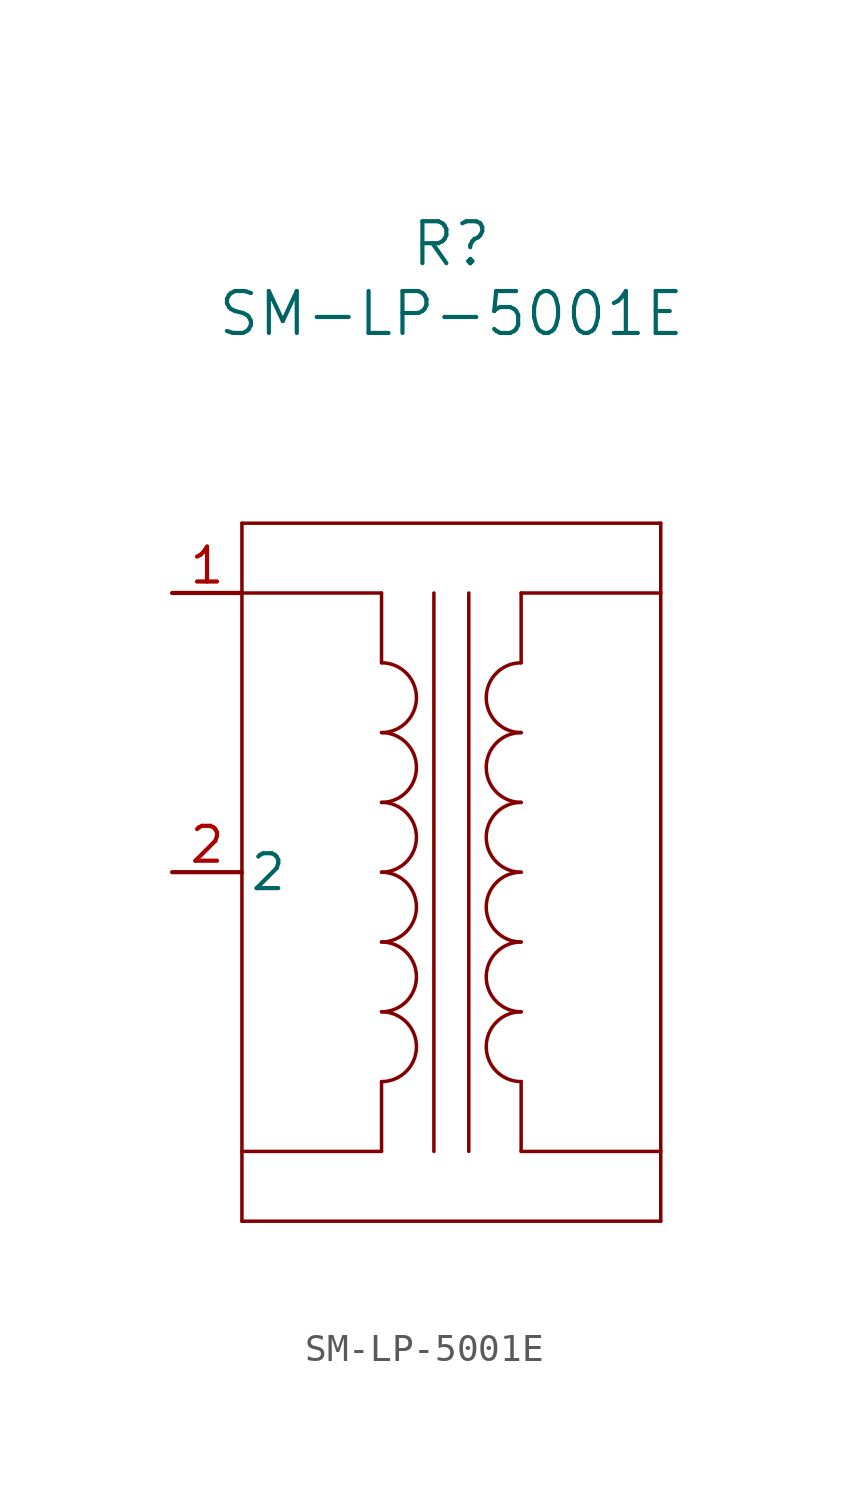
<source format=kicad_sym>
(kicad_symbol_lib
  (version 20211014)
  (generator kicad_symbol_editor)
  (symbol "SM-LP-5001E"
    (pin_names
      (offset 0.254))
    (property "Reference" "R"
      (at 10.16 12.7 0)
      (effects (font (size 1.524 1.524))))
    (property "Value" "SM-LP-5001E"
      (at 10.16 10.16 0)
      (effects (font (size 1.524 1.524))))
    (symbol "SM-LP-5001E_0_1"
      (polyline (pts (xy 2.54 2.54) (xy 2.54 -22.86)) (stroke (width 0.127) (type default) (color 0 0 0 0)) (fill (type none)))
      (polyline (pts (xy 2.54 -22.86) (xy 17.78 -22.86)) (stroke (width 0.127) (type default) (color 0 0 0 0)) (fill (type none)))
      (polyline (pts (xy 17.78 -22.86) (xy 17.78 2.54)) (stroke (width 0.127) (type default) (color 0 0 0 0)) (fill (type none)))
      (polyline (pts (xy 17.78 2.54) (xy 2.54 2.54)) (stroke (width 0.127) (type default) (color 0 0 0 0)) (fill (type none)))
      (polyline (pts (xy 2.54 0) (xy 7.62 0)) (stroke (width 0.127) (type default) (color 0 0 0 0)) (fill (type none)))
      (polyline (pts (xy 2.54 -20.32) (xy 7.62 -20.32)) (stroke (width 0.127) (type default) (color 0 0 0 0)) (fill (type none)))
      (polyline (pts (xy 7.62 -17.78) (xy 7.62 -20.32)) (stroke (width 0.127) (type default) (color 0 0 0 0)) (fill (type none)))
      (polyline (pts (xy 7.62 -2.54) (xy 7.62 0)) (stroke (width 0.127) (type default) (color 0 0 0 0)) (fill (type none)))
      (polyline (pts (xy 12.7 0) (xy 12.7 -2.54)) (stroke (width 0.127) (type default) (color 0 0 0 0)) (fill (type none)))
      (polyline (pts (xy 12.7 0) (xy 17.78 0)) (stroke (width 0.127) (type default) (color 0 0 0 0)) (fill (type none)))
      (polyline (pts (xy 12.7 -17.78) (xy 12.7 -20.32)) (stroke (width 0.127) (type default) (color 0 0 0 0)) (fill (type none)))
      (polyline (pts (xy 12.7 -20.32) (xy 17.78 -20.32)) (stroke (width 0.127) (type default) (color 0 0 0 0)) (fill (type none)))
      (polyline (pts (xy 9.525 0) (xy 9.525 -20.32)) (stroke (width 0.127) (type default) (color 0 0 0 0)) (fill (type none)))
      (polyline (pts (xy 10.795 -20.32) (xy 10.795 0)) (stroke (width 0.127) (type default) (color 0 0 0 0)) (fill (type none)))
      (arc (start 7.62 -5.08) (mid 8.89 -3.81) (end 7.62 -2.54) (stroke (width 0.127) (type default) (color 0 0 0 0)) (fill (type none)))
      (arc (start 7.62 -7.62) (mid 8.89 -6.35) (end 7.62 -5.08) (stroke (width 0.127) (type default) (color 0 0 0 0)) (fill (type none)))
      (arc (start 7.62 -10.16) (mid 8.89 -8.89) (end 7.62 -7.62) (stroke (width 0.127) (type default) (color 0 0 0 0)) (fill (type none)))
      (arc (start 7.62 -12.7) (mid 8.89 -11.43) (end 7.62 -10.16) (stroke (width 0.127) (type default) (color 0 0 0 0)) (fill (type none)))
      (arc (start 7.62 -15.24) (mid 8.89 -13.97) (end 7.62 -12.7) (stroke (width 0.127) (type default) (color 0 0 0 0)) (fill (type none)))
      (arc (start 7.62 -17.78) (mid 8.89 -16.51) (end 7.62 -15.24) (stroke (width 0.127) (type default) (color 0 0 0 0)) (fill (type none)))
      (arc (start 12.7 -15.24) (mid 11.43 -16.51) (end 12.7 -17.78) (stroke (width 0.127) (type default) (color 0 0 0 0)) (fill (type none)))
      (arc (start 12.7 -12.7) (mid 11.43 -13.97) (end 12.7 -15.24) (stroke (width 0.127) (type default) (color 0 0 0 0)) (fill (type none)))
      (arc (start 12.7 -10.16) (mid 11.43 -11.43) (end 12.7 -12.7) (stroke (width 0.127) (type default) (color 0 0 0 0)) (fill (type none)))
      (arc (start 12.7 -7.62) (mid 11.43 -8.89) (end 12.7 -10.16) (stroke (width 0.127) (type default) (color 0 0 0 0)) (fill (type none)))
      (arc (start 12.7 -5.08) (mid 11.43 -6.35) (end 12.7 -7.62) (stroke (width 0.127) (type default) (color 0 0 0 0)) (fill (type none)))
      (arc (start 12.7 -2.54) (mid 11.43 -3.81) (end 12.7 -5.08) (stroke (width 0.127) (type default) (color 0 0 0 0)) (fill (type none)))
      (pin unspecified line (at 0 0 0) (length 2.54) (name "" (effects (font (size 1.27 1.27)))) (number "1" (effects (font (size 1.27 1.27)))))
      (pin unspecified line (at 0 -10.16 0) (length 2.54) (name "2" (effects (font (size 1.27 1.27)))) (number "2" (effects (font (size 1.27 1.27))))))))
</source>
